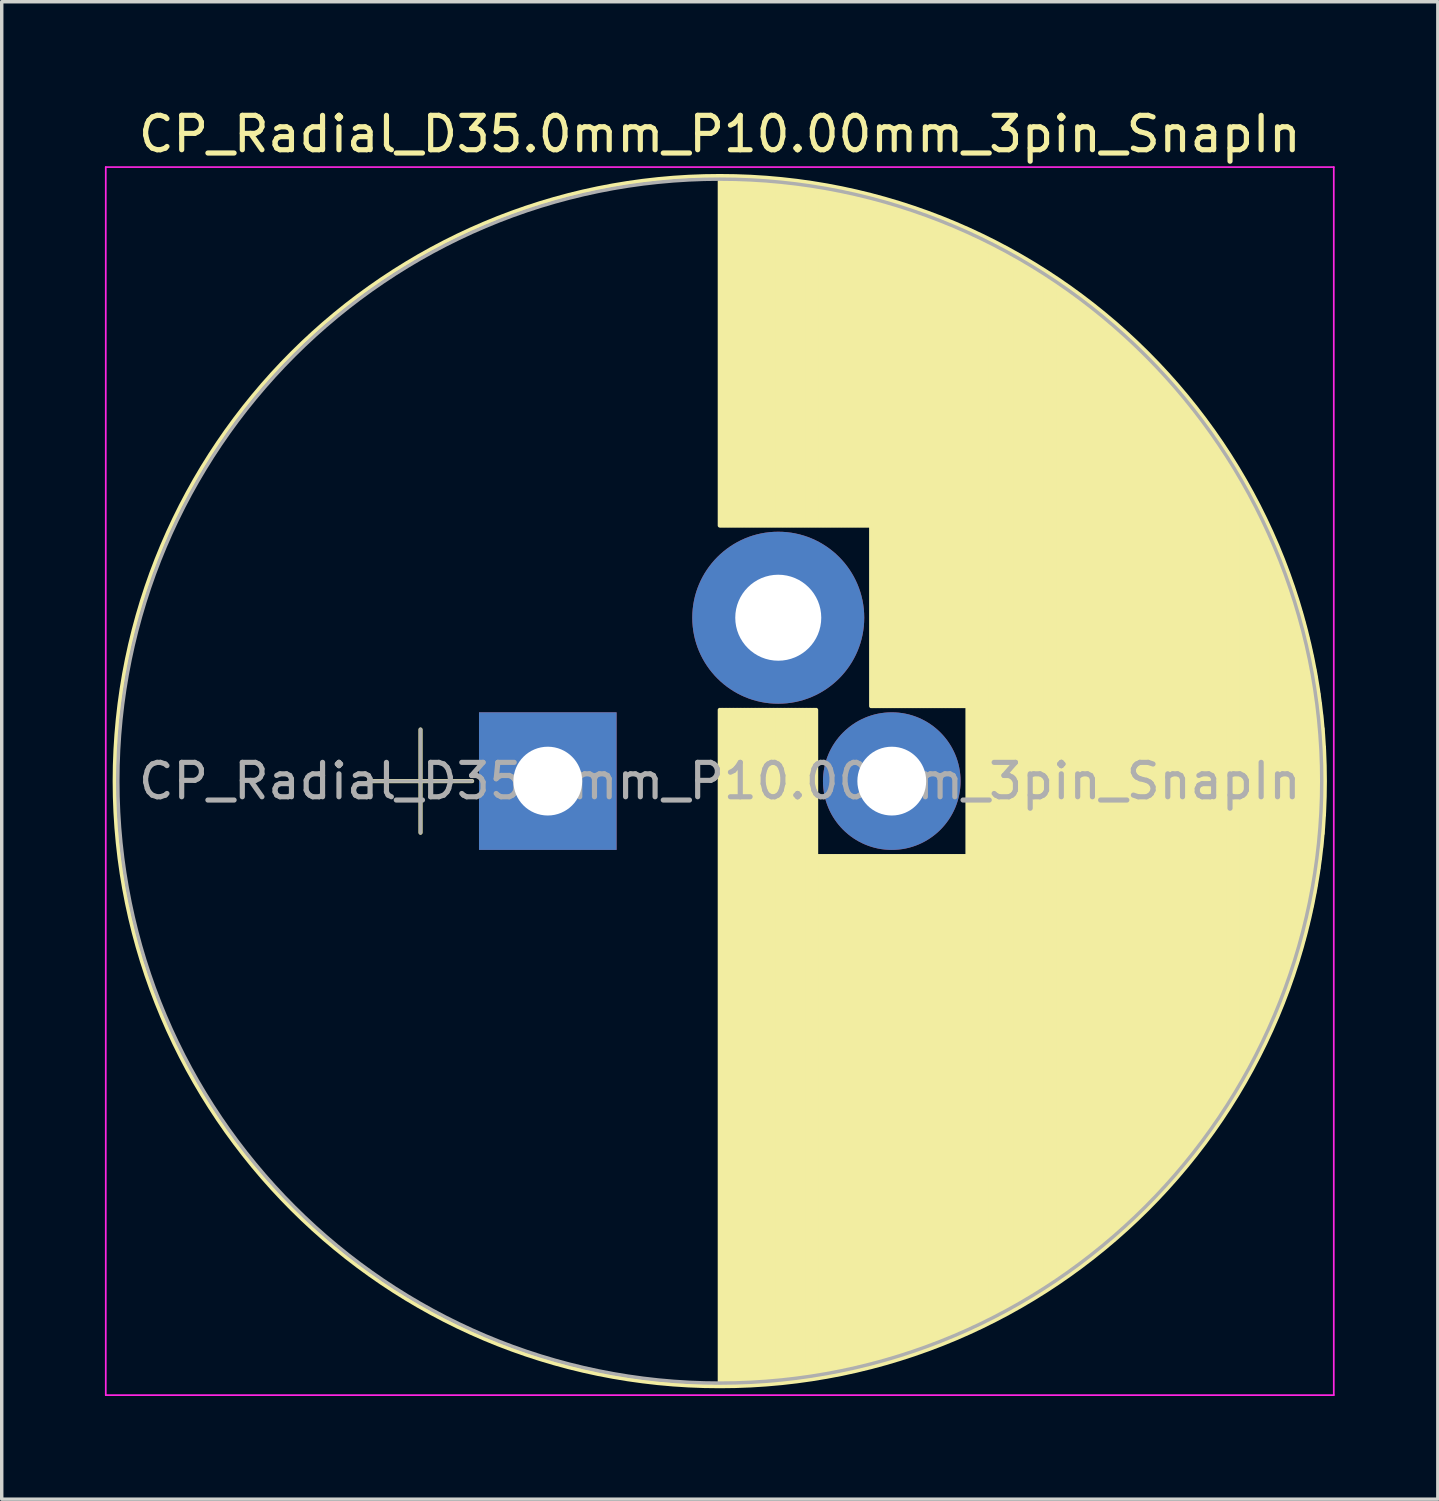
<source format=kicad_pcb>
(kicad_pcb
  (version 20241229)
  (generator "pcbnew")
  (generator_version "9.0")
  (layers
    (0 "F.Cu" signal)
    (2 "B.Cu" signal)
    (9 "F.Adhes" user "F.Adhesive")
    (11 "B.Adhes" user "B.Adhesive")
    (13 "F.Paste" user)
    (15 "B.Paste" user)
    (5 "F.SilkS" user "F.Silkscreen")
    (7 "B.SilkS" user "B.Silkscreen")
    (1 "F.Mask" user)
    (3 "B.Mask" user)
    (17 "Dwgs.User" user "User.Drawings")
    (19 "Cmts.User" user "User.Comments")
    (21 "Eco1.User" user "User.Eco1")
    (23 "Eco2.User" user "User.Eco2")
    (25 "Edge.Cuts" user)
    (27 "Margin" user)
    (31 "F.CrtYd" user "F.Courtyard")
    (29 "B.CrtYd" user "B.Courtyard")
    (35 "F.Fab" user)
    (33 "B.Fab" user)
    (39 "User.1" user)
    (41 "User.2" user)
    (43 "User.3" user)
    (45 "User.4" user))
  (footprint "CP_Radial_D35.0mm_P10.00mm_3pin_SnapIn"
    (layer "F.Cu")
    (at 12.875 19.658)
    (property "Reference" "CP_Radial_D35.0mm_P10.00mm_3pin_SnapIn" (at 5 -18.81 0) (layer "F.SilkS") (effects (font (size 1 1) (thickness 0.15))))
    (attr through_hole)
    (fp_line (start -5.2 0) (end -2.2 0) (stroke (width 0.12) (type solid)) (layer "F.SilkS"))
    (fp_line (start -3.7 -1.5) (end -3.7 1.5) (stroke (width 0.12) (type solid)) (layer "F.SilkS"))
    (fp_line (start 5 -17.55) (end 5 -7.43) (stroke (width 0.12) (type solid)) (layer "F.SilkS"))
    (fp_line (start 5 -2.07) (end 5 17.55) (stroke (width 0.12) (type solid)) (layer "F.SilkS"))
    (fp_line (start 5.04 -17.55) (end 5.04 -7.43) (stroke (width 0.12) (type solid)) (layer "F.SilkS"))
    (fp_line (start 5.04 -2.07) (end 5.04 17.55) (stroke (width 0.12) (type solid)) (layer "F.SilkS"))
    (fp_line (start 5.08 -17.55) (end 5.08 -7.43) (stroke (width 0.12) (type solid)) (layer "F.SilkS"))
    (fp_line (start 5.08 -2.07) (end 5.08 17.55) (stroke (width 0.12) (type solid)) (layer "F.SilkS"))
    (fp_line (start 5.12 -17.55) (end 5.12 -7.43) (stroke (width 0.12) (type solid)) (layer "F.SilkS"))
    (fp_line (start 5.12 -2.07) (end 5.12 17.55) (stroke (width 0.12) (type solid)) (layer "F.SilkS"))
    (fp_line (start 5.16 -17.55) (end 5.16 -7.43) (stroke (width 0.12) (type solid)) (layer "F.SilkS"))
    (fp_line (start 5.16 -2.07) (end 5.16 17.55) (stroke (width 0.12) (type solid)) (layer "F.SilkS"))
    (fp_line (start 5.2 -17.549) (end 5.2 -7.43) (stroke (width 0.12) (type solid)) (layer "F.SilkS"))
    (fp_line (start 5.2 -2.07) (end 5.2 17.549) (stroke (width 0.12) (type solid)) (layer "F.SilkS"))
    (fp_line (start 5.24 -17.549) (end 5.24 -7.43) (stroke (width 0.12) (type solid)) (layer "F.SilkS"))
    (fp_line (start 5.24 -2.07) (end 5.24 17.549) (stroke (width 0.12) (type solid)) (layer "F.SilkS"))
    (fp_line (start 5.28 -17.548) (end 5.28 -7.43) (stroke (width 0.12) (type solid)) (layer "F.SilkS"))
    (fp_line (start 5.28 -2.07) (end 5.28 17.548) (stroke (width 0.12) (type solid)) (layer "F.SilkS"))
    (fp_line (start 5.32 -17.548) (end 5.32 -7.43) (stroke (width 0.12) (type solid)) (layer "F.SilkS"))
    (fp_line (start 5.32 -2.07) (end 5.32 17.548) (stroke (width 0.12) (type solid)) (layer "F.SilkS"))
    (fp_line (start 5.36 -17.547) (end 5.36 -7.43) (stroke (width 0.12) (type solid)) (layer "F.SilkS"))
    (fp_line (start 5.36 -2.07) (end 5.36 17.547) (stroke (width 0.12) (type solid)) (layer "F.SilkS"))
    (fp_line (start 5.4 -17.546) (end 5.4 -7.43) (stroke (width 0.12) (type solid)) (layer "F.SilkS"))
    (fp_line (start 5.4 -2.07) (end 5.4 17.546) (stroke (width 0.12) (type solid)) (layer "F.SilkS"))
    (fp_line (start 5.44 -17.545) (end 5.44 -7.43) (stroke (width 0.12) (type solid)) (layer "F.SilkS"))
    (fp_line (start 5.44 -2.07) (end 5.44 17.545) (stroke (width 0.12) (type solid)) (layer "F.SilkS"))
    (fp_line (start 5.48 -17.544) (end 5.48 -7.43) (stroke (width 0.12) (type solid)) (layer "F.SilkS"))
    (fp_line (start 5.48 -2.07) (end 5.48 17.544) (stroke (width 0.12) (type solid)) (layer "F.SilkS"))
    (fp_line (start 5.52 -17.543) (end 5.52 -7.43) (stroke (width 0.12) (type solid)) (layer "F.SilkS"))
    (fp_line (start 5.52 -2.07) (end 5.52 17.543) (stroke (width 0.12) (type solid)) (layer "F.SilkS"))
    (fp_line (start 5.56 -17.542) (end 5.56 -7.43) (stroke (width 0.12) (type solid)) (layer "F.SilkS"))
    (fp_line (start 5.56 -2.07) (end 5.56 17.542) (stroke (width 0.12) (type solid)) (layer "F.SilkS"))
    (fp_line (start 5.6 -17.54) (end 5.6 -7.43) (stroke (width 0.12) (type solid)) (layer "F.SilkS"))
    (fp_line (start 5.6 -2.07) (end 5.6 17.54) (stroke (width 0.12) (type solid)) (layer "F.SilkS"))
    (fp_line (start 5.64 -17.539) (end 5.64 -7.43) (stroke (width 0.12) (type solid)) (layer "F.SilkS"))
    (fp_line (start 5.64 -2.07) (end 5.64 17.539) (stroke (width 0.12) (type solid)) (layer "F.SilkS"))
    (fp_line (start 5.68 -17.537) (end 5.68 -7.43) (stroke (width 0.12) (type solid)) (layer "F.SilkS"))
    (fp_line (start 5.68 -2.07) (end 5.68 17.537) (stroke (width 0.12) (type solid)) (layer "F.SilkS"))
    (fp_line (start 5.721 -17.536) (end 5.721 -7.43) (stroke (width 0.12) (type solid)) (layer "F.SilkS"))
    (fp_line (start 5.721 -2.07) (end 5.721 17.536) (stroke (width 0.12) (type solid)) (layer "F.SilkS"))
    (fp_line (start 5.761 -17.534) (end 5.761 -7.43) (stroke (width 0.12) (type solid)) (layer "F.SilkS"))
    (fp_line (start 5.761 -2.07) (end 5.761 17.534) (stroke (width 0.12) (type solid)) (layer "F.SilkS"))
    (fp_line (start 5.801 -17.532) (end 5.801 -7.43) (stroke (width 0.12) (type solid)) (layer "F.SilkS"))
    (fp_line (start 5.801 -2.07) (end 5.801 17.532) (stroke (width 0.12) (type solid)) (layer "F.SilkS"))
    (fp_line (start 5.841 -17.53) (end 5.841 -7.43) (stroke (width 0.12) (type solid)) (layer "F.SilkS"))
    (fp_line (start 5.841 -2.07) (end 5.841 17.53) (stroke (width 0.12) (type solid)) (layer "F.SilkS"))
    (fp_line (start 5.881 -17.528) (end 5.881 -7.43) (stroke (width 0.12) (type solid)) (layer "F.SilkS"))
    (fp_line (start 5.881 -2.07) (end 5.881 17.528) (stroke (width 0.12) (type solid)) (layer "F.SilkS"))
    (fp_line (start 5.921 -17.526) (end 5.921 -7.43) (stroke (width 0.12) (type solid)) (layer "F.SilkS"))
    (fp_line (start 5.921 -2.07) (end 5.921 17.526) (stroke (width 0.12) (type solid)) (layer "F.SilkS"))
    (fp_line (start 5.961 -17.524) (end 5.961 -7.43) (stroke (width 0.12) (type solid)) (layer "F.SilkS"))
    (fp_line (start 5.961 -2.07) (end 5.961 17.524) (stroke (width 0.12) (type solid)) (layer "F.SilkS"))
    (fp_line (start 6.001 -17.522) (end 6.001 -7.43) (stroke (width 0.12) (type solid)) (layer "F.SilkS"))
    (fp_line (start 6.001 -2.07) (end 6.001 17.522) (stroke (width 0.12) (type solid)) (layer "F.SilkS"))
    (fp_line (start 6.041 -17.52) (end 6.041 -7.43) (stroke (width 0.12) (type solid)) (layer "F.SilkS"))
    (fp_line (start 6.041 -2.07) (end 6.041 17.52) (stroke (width 0.12) (type solid)) (layer "F.SilkS"))
    (fp_line (start 6.081 -17.517) (end 6.081 -7.43) (stroke (width 0.12) (type solid)) (layer "F.SilkS"))
    (fp_line (start 6.081 -2.07) (end 6.081 17.517) (stroke (width 0.12) (type solid)) (layer "F.SilkS"))
    (fp_line (start 6.121 -17.515) (end 6.121 -7.43) (stroke (width 0.12) (type solid)) (layer "F.SilkS"))
    (fp_line (start 6.121 -2.07) (end 6.121 17.515) (stroke (width 0.12) (type solid)) (layer "F.SilkS"))
    (fp_line (start 6.161 -17.512) (end 6.161 -7.43) (stroke (width 0.12) (type solid)) (layer "F.SilkS"))
    (fp_line (start 6.161 -2.07) (end 6.161 17.512) (stroke (width 0.12) (type solid)) (layer "F.SilkS"))
    (fp_line (start 6.201 -17.51) (end 6.201 -7.43) (stroke (width 0.12) (type solid)) (layer "F.SilkS"))
    (fp_line (start 6.201 -2.07) (end 6.201 17.51) (stroke (width 0.12) (type solid)) (layer "F.SilkS"))
    (fp_line (start 6.241 -17.507) (end 6.241 -7.43) (stroke (width 0.12) (type solid)) (layer "F.SilkS"))
    (fp_line (start 6.241 -2.07) (end 6.241 17.507) (stroke (width 0.12) (type solid)) (layer "F.SilkS"))
    (fp_line (start 6.281 -17.504) (end 6.281 -7.43) (stroke (width 0.12) (type solid)) (layer "F.SilkS"))
    (fp_line (start 6.281 -2.07) (end 6.281 17.504) (stroke (width 0.12) (type solid)) (layer "F.SilkS"))
    (fp_line (start 6.321 -17.501) (end 6.321 -7.43) (stroke (width 0.12) (type solid)) (layer "F.SilkS"))
    (fp_line (start 6.321 -2.07) (end 6.321 17.501) (stroke (width 0.12) (type solid)) (layer "F.SilkS"))
    (fp_line (start 6.361 -17.498) (end 6.361 -7.43) (stroke (width 0.12) (type solid)) (layer "F.SilkS"))
    (fp_line (start 6.361 -2.07) (end 6.361 17.498) (stroke (width 0.12) (type solid)) (layer "F.SilkS"))
    (fp_line (start 6.401 -17.495) (end 6.401 -7.43) (stroke (width 0.12) (type solid)) (layer "F.SilkS"))
    (fp_line (start 6.401 -2.07) (end 6.401 17.495) (stroke (width 0.12) (type solid)) (layer "F.SilkS"))
    (fp_line (start 6.441 -17.491) (end 6.441 -7.43) (stroke (width 0.12) (type solid)) (layer "F.SilkS"))
    (fp_line (start 6.441 -2.07) (end 6.441 17.491) (stroke (width 0.12) (type solid)) (layer "F.SilkS"))
    (fp_line (start 6.481 -17.488) (end 6.481 -7.43) (stroke (width 0.12) (type solid)) (layer "F.SilkS"))
    (fp_line (start 6.481 -2.07) (end 6.481 17.488) (stroke (width 0.12) (type solid)) (layer "F.SilkS"))
    (fp_line (start 6.521 -17.485) (end 6.521 -7.43) (stroke (width 0.12) (type solid)) (layer "F.SilkS"))
    (fp_line (start 6.521 -2.07) (end 6.521 17.485) (stroke (width 0.12) (type solid)) (layer "F.SilkS"))
    (fp_line (start 6.561 -17.481) (end 6.561 -7.43) (stroke (width 0.12) (type solid)) (layer "F.SilkS"))
    (fp_line (start 6.561 -2.07) (end 6.561 17.481) (stroke (width 0.12) (type solid)) (layer "F.SilkS"))
    (fp_line (start 6.601 -17.478) (end 6.601 -7.43) (stroke (width 0.12) (type solid)) (layer "F.SilkS"))
    (fp_line (start 6.601 -2.07) (end 6.601 17.478) (stroke (width 0.12) (type solid)) (layer "F.SilkS"))
    (fp_line (start 6.641 -17.474) (end 6.641 -7.43) (stroke (width 0.12) (type solid)) (layer "F.SilkS"))
    (fp_line (start 6.641 -2.07) (end 6.641 17.474) (stroke (width 0.12) (type solid)) (layer "F.SilkS"))
    (fp_line (start 6.681 -17.47) (end 6.681 -7.43) (stroke (width 0.12) (type solid)) (layer "F.SilkS"))
    (fp_line (start 6.681 -2.07) (end 6.681 17.47) (stroke (width 0.12) (type solid)) (layer "F.SilkS"))
    (fp_line (start 6.721 -17.466) (end 6.721 -7.43) (stroke (width 0.12) (type solid)) (layer "F.SilkS"))
    (fp_line (start 6.721 -2.07) (end 6.721 17.466) (stroke (width 0.12) (type solid)) (layer "F.SilkS"))
    (fp_line (start 6.761 -17.462) (end 6.761 -7.43) (stroke (width 0.12) (type solid)) (layer "F.SilkS"))
    (fp_line (start 6.761 -2.07) (end 6.761 17.462) (stroke (width 0.12) (type solid)) (layer "F.SilkS"))
    (fp_line (start 6.801 -17.458) (end 6.801 -7.43) (stroke (width 0.12) (type solid)) (layer "F.SilkS"))
    (fp_line (start 6.801 -2.07) (end 6.801 17.458) (stroke (width 0.12) (type solid)) (layer "F.SilkS"))
    (fp_line (start 6.841 -17.454) (end 6.841 -7.43) (stroke (width 0.12) (type solid)) (layer "F.SilkS"))
    (fp_line (start 6.841 -2.07) (end 6.841 17.454) (stroke (width 0.12) (type solid)) (layer "F.SilkS"))
    (fp_line (start 6.881 -17.45) (end 6.881 -7.43) (stroke (width 0.12) (type solid)) (layer "F.SilkS"))
    (fp_line (start 6.881 -2.07) (end 6.881 17.45) (stroke (width 0.12) (type solid)) (layer "F.SilkS"))
    (fp_line (start 6.921 -17.445) (end 6.921 -7.43) (stroke (width 0.12) (type solid)) (layer "F.SilkS"))
    (fp_line (start 6.921 -2.07) (end 6.921 17.445) (stroke (width 0.12) (type solid)) (layer "F.SilkS"))
    (fp_line (start 6.961 -17.441) (end 6.961 -7.43) (stroke (width 0.12) (type solid)) (layer "F.SilkS"))
    (fp_line (start 6.961 -2.07) (end 6.961 17.441) (stroke (width 0.12) (type solid)) (layer "F.SilkS"))
    (fp_line (start 7.001 -17.436) (end 7.001 -7.43) (stroke (width 0.12) (type solid)) (layer "F.SilkS"))
    (fp_line (start 7.001 -2.07) (end 7.001 17.436) (stroke (width 0.12) (type solid)) (layer "F.SilkS"))
    (fp_line (start 7.041 -17.432) (end 7.041 -7.43) (stroke (width 0.12) (type solid)) (layer "F.SilkS"))
    (fp_line (start 7.041 -2.07) (end 7.041 17.432) (stroke (width 0.12) (type solid)) (layer "F.SilkS"))
    (fp_line (start 7.081 -17.427) (end 7.081 -7.43) (stroke (width 0.12) (type solid)) (layer "F.SilkS"))
    (fp_line (start 7.081 -2.07) (end 7.081 17.427) (stroke (width 0.12) (type solid)) (layer "F.SilkS"))
    (fp_line (start 7.121 -17.422) (end 7.121 -7.43) (stroke (width 0.12) (type solid)) (layer "F.SilkS"))
    (fp_line (start 7.121 -2.07) (end 7.121 17.422) (stroke (width 0.12) (type solid)) (layer "F.SilkS"))
    (fp_line (start 7.161 -17.417) (end 7.161 -7.43) (stroke (width 0.12) (type solid)) (layer "F.SilkS"))
    (fp_line (start 7.161 -2.07) (end 7.161 17.417) (stroke (width 0.12) (type solid)) (layer "F.SilkS"))
    (fp_line (start 7.201 -17.412) (end 7.201 -7.43) (stroke (width 0.12) (type solid)) (layer "F.SilkS"))
    (fp_line (start 7.201 -2.07) (end 7.201 17.412) (stroke (width 0.12) (type solid)) (layer "F.SilkS"))
    (fp_line (start 7.241 -17.407) (end 7.241 -7.43) (stroke (width 0.12) (type solid)) (layer "F.SilkS"))
    (fp_line (start 7.241 -2.07) (end 7.241 17.407) (stroke (width 0.12) (type solid)) (layer "F.SilkS"))
    (fp_line (start 7.281 -17.402) (end 7.281 -7.43) (stroke (width 0.12) (type solid)) (layer "F.SilkS"))
    (fp_line (start 7.281 -2.07) (end 7.281 17.402) (stroke (width 0.12) (type solid)) (layer "F.SilkS"))
    (fp_line (start 7.321 -17.397) (end 7.321 -7.43) (stroke (width 0.12) (type solid)) (layer "F.SilkS"))
    (fp_line (start 7.321 -2.07) (end 7.321 17.397) (stroke (width 0.12) (type solid)) (layer "F.SilkS"))
    (fp_line (start 7.361 -17.391) (end 7.361 -7.43) (stroke (width 0.12) (type solid)) (layer "F.SilkS"))
    (fp_line (start 7.361 -2.07) (end 7.361 17.391) (stroke (width 0.12) (type solid)) (layer "F.SilkS"))
    (fp_line (start 7.401 -17.386) (end 7.401 -7.43) (stroke (width 0.12) (type solid)) (layer "F.SilkS"))
    (fp_line (start 7.401 -2.07) (end 7.401 17.386) (stroke (width 0.12) (type solid)) (layer "F.SilkS"))
    (fp_line (start 7.441 -17.38) (end 7.441 -7.43) (stroke (width 0.12) (type solid)) (layer "F.SilkS"))
    (fp_line (start 7.441 -2.07) (end 7.441 17.38) (stroke (width 0.12) (type solid)) (layer "F.SilkS"))
    (fp_line (start 7.481 -17.375) (end 7.481 -7.43) (stroke (width 0.12) (type solid)) (layer "F.SilkS"))
    (fp_line (start 7.481 -2.07) (end 7.481 17.375) (stroke (width 0.12) (type solid)) (layer "F.SilkS"))
    (fp_line (start 7.521 -17.369) (end 7.521 -7.43) (stroke (width 0.12) (type solid)) (layer "F.SilkS"))
    (fp_line (start 7.521 -2.07) (end 7.521 17.369) (stroke (width 0.12) (type solid)) (layer "F.SilkS"))
    (fp_line (start 7.561 -17.363) (end 7.561 -7.43) (stroke (width 0.12) (type solid)) (layer "F.SilkS"))
    (fp_line (start 7.561 -2.07) (end 7.561 17.363) (stroke (width 0.12) (type solid)) (layer "F.SilkS"))
    (fp_line (start 7.601 -17.357) (end 7.601 -7.43) (stroke (width 0.12) (type solid)) (layer "F.SilkS"))
    (fp_line (start 7.601 -2.07) (end 7.601 17.357) (stroke (width 0.12) (type solid)) (layer "F.SilkS"))
    (fp_line (start 7.641 -17.351) (end 7.641 -7.43) (stroke (width 0.12) (type solid)) (layer "F.SilkS"))
    (fp_line (start 7.641 -2.07) (end 7.641 17.351) (stroke (width 0.12) (type solid)) (layer "F.SilkS"))
    (fp_line (start 7.681 -17.345) (end 7.681 -7.43) (stroke (width 0.12) (type solid)) (layer "F.SilkS"))
    (fp_line (start 7.681 -2.07) (end 7.681 17.345) (stroke (width 0.12) (type solid)) (layer "F.SilkS"))
    (fp_line (start 7.721 -17.339) (end 7.721 -7.43) (stroke (width 0.12) (type solid)) (layer "F.SilkS"))
    (fp_line (start 7.721 -2.07) (end 7.721 17.339) (stroke (width 0.12) (type solid)) (layer "F.SilkS"))
    (fp_line (start 7.761 -17.333) (end 7.761 -7.43) (stroke (width 0.12) (type solid)) (layer "F.SilkS"))
    (fp_line (start 7.761 -2.07) (end 7.761 17.333) (stroke (width 0.12) (type solid)) (layer "F.SilkS"))
    (fp_line (start 7.801 -17.326) (end 7.801 -7.43) (stroke (width 0.12) (type solid)) (layer "F.SilkS"))
    (fp_line (start 7.801 -2.07) (end 7.801 17.326) (stroke (width 0.12) (type solid)) (layer "F.SilkS"))
    (fp_line (start 7.841 -17.32) (end 7.841 -7.43) (stroke (width 0.12) (type solid)) (layer "F.SilkS"))
    (fp_line (start 7.841 2.18) (end 7.841 17.32) (stroke (width 0.12) (type solid)) (layer "F.SilkS"))
    (fp_line (start 7.881 -17.313) (end 7.881 -7.43) (stroke (width 0.12) (type solid)) (layer "F.SilkS"))
    (fp_line (start 7.881 2.18) (end 7.881 17.313) (stroke (width 0.12) (type solid)) (layer "F.SilkS"))
    (fp_line (start 7.921 -17.306) (end 7.921 -7.43) (stroke (width 0.12) (type solid)) (layer "F.SilkS"))
    (fp_line (start 7.921 2.18) (end 7.921 17.306) (stroke (width 0.12) (type solid)) (layer "F.SilkS"))
    (fp_line (start 7.961 -17.3) (end 7.961 -7.43) (stroke (width 0.12) (type solid)) (layer "F.SilkS"))
    (fp_line (start 7.961 2.18) (end 7.961 17.3) (stroke (width 0.12) (type solid)) (layer "F.SilkS"))
    (fp_line (start 8.001 -17.293) (end 8.001 -7.43) (stroke (width 0.12) (type solid)) (layer "F.SilkS"))
    (fp_line (start 8.001 2.18) (end 8.001 17.293) (stroke (width 0.12) (type solid)) (layer "F.SilkS"))
    (fp_line (start 8.041 -17.286) (end 8.041 -7.43) (stroke (width 0.12) (type solid)) (layer "F.SilkS"))
    (fp_line (start 8.041 2.18) (end 8.041 17.286) (stroke (width 0.12) (type solid)) (layer "F.SilkS"))
    (fp_line (start 8.081 -17.279) (end 8.081 -7.43) (stroke (width 0.12) (type solid)) (layer "F.SilkS"))
    (fp_line (start 8.081 2.18) (end 8.081 17.279) (stroke (width 0.12) (type solid)) (layer "F.SilkS"))
    (fp_line (start 8.121 -17.272) (end 8.121 -7.43) (stroke (width 0.12) (type solid)) (layer "F.SilkS"))
    (fp_line (start 8.121 2.18) (end 8.121 17.272) (stroke (width 0.12) (type solid)) (layer "F.SilkS"))
    (fp_line (start 8.161 -17.264) (end 8.161 -7.43) (stroke (width 0.12) (type solid)) (layer "F.SilkS"))
    (fp_line (start 8.161 2.18) (end 8.161 17.264) (stroke (width 0.12) (type solid)) (layer "F.SilkS"))
    (fp_line (start 8.201 -17.257) (end 8.201 -7.43) (stroke (width 0.12) (type solid)) (layer "F.SilkS"))
    (fp_line (start 8.201 2.18) (end 8.201 17.257) (stroke (width 0.12) (type solid)) (layer "F.SilkS"))
    (fp_line (start 8.241 -17.25) (end 8.241 -7.43) (stroke (width 0.12) (type solid)) (layer "F.SilkS"))
    (fp_line (start 8.241 2.18) (end 8.241 17.25) (stroke (width 0.12) (type solid)) (layer "F.SilkS"))
    (fp_line (start 8.281 -17.242) (end 8.281 -7.43) (stroke (width 0.12) (type solid)) (layer "F.SilkS"))
    (fp_line (start 8.281 2.18) (end 8.281 17.242) (stroke (width 0.12) (type solid)) (layer "F.SilkS"))
    (fp_line (start 8.321 -17.234) (end 8.321 -7.43) (stroke (width 0.12) (type solid)) (layer "F.SilkS"))
    (fp_line (start 8.321 2.18) (end 8.321 17.234) (stroke (width 0.12) (type solid)) (layer "F.SilkS"))
    (fp_line (start 8.361 -17.227) (end 8.361 -7.43) (stroke (width 0.12) (type solid)) (layer "F.SilkS"))
    (fp_line (start 8.361 2.18) (end 8.361 17.227) (stroke (width 0.12) (type solid)) (layer "F.SilkS"))
    (fp_line (start 8.401 -17.219) (end 8.401 -7.43) (stroke (width 0.12) (type solid)) (layer "F.SilkS"))
    (fp_line (start 8.401 2.18) (end 8.401 17.219) (stroke (width 0.12) (type solid)) (layer "F.SilkS"))
    (fp_line (start 8.441 -17.211) (end 8.441 -7.43) (stroke (width 0.12) (type solid)) (layer "F.SilkS"))
    (fp_line (start 8.441 2.18) (end 8.441 17.211) (stroke (width 0.12) (type solid)) (layer "F.SilkS"))
    (fp_line (start 8.481 -17.203) (end 8.481 -7.43) (stroke (width 0.12) (type solid)) (layer "F.SilkS"))
    (fp_line (start 8.481 2.18) (end 8.481 17.203) (stroke (width 0.12) (type solid)) (layer "F.SilkS"))
    (fp_line (start 8.521 -17.195) (end 8.521 -7.43) (stroke (width 0.12) (type solid)) (layer "F.SilkS"))
    (fp_line (start 8.521 2.18) (end 8.521 17.195) (stroke (width 0.12) (type solid)) (layer "F.SilkS"))
    (fp_line (start 8.561 -17.186) (end 8.561 -7.43) (stroke (width 0.12) (type solid)) (layer "F.SilkS"))
    (fp_line (start 8.561 2.18) (end 8.561 17.186) (stroke (width 0.12) (type solid)) (layer "F.SilkS"))
    (fp_line (start 8.601 -17.178) (end 8.601 -7.43) (stroke (width 0.12) (type solid)) (layer "F.SilkS"))
    (fp_line (start 8.601 2.18) (end 8.601 17.178) (stroke (width 0.12) (type solid)) (layer "F.SilkS"))
    (fp_line (start 8.641 -17.17) (end 8.641 -7.43) (stroke (width 0.12) (type solid)) (layer "F.SilkS"))
    (fp_line (start 8.641 2.18) (end 8.641 17.17) (stroke (width 0.12) (type solid)) (layer "F.SilkS"))
    (fp_line (start 8.681 -17.161) (end 8.681 -7.43) (stroke (width 0.12) (type solid)) (layer "F.SilkS"))
    (fp_line (start 8.681 2.18) (end 8.681 17.161) (stroke (width 0.12) (type solid)) (layer "F.SilkS"))
    (fp_line (start 8.721 -17.153) (end 8.721 -7.43) (stroke (width 0.12) (type solid)) (layer "F.SilkS"))
    (fp_line (start 8.721 2.18) (end 8.721 17.153) (stroke (width 0.12) (type solid)) (layer "F.SilkS"))
    (fp_line (start 8.761 -17.144) (end 8.761 -7.43) (stroke (width 0.12) (type solid)) (layer "F.SilkS"))
    (fp_line (start 8.761 2.18) (end 8.761 17.144) (stroke (width 0.12) (type solid)) (layer "F.SilkS"))
    (fp_line (start 8.801 -17.135) (end 8.801 -7.43) (stroke (width 0.12) (type solid)) (layer "F.SilkS"))
    (fp_line (start 8.801 2.18) (end 8.801 17.135) (stroke (width 0.12) (type solid)) (layer "F.SilkS"))
    (fp_line (start 8.841 -17.126) (end 8.841 -7.43) (stroke (width 0.12) (type solid)) (layer "F.SilkS"))
    (fp_line (start 8.841 2.18) (end 8.841 17.126) (stroke (width 0.12) (type solid)) (layer "F.SilkS"))
    (fp_line (start 8.881 -17.117) (end 8.881 -7.43) (stroke (width 0.12) (type solid)) (layer "F.SilkS"))
    (fp_line (start 8.881 2.18) (end 8.881 17.117) (stroke (width 0.12) (type solid)) (layer "F.SilkS"))
    (fp_line (start 8.921 -17.108) (end 8.921 -7.43) (stroke (width 0.12) (type solid)) (layer "F.SilkS"))
    (fp_line (start 8.921 2.18) (end 8.921 17.108) (stroke (width 0.12) (type solid)) (layer "F.SilkS"))
    (fp_line (start 8.961 -17.099) (end 8.961 -7.43) (stroke (width 0.12) (type solid)) (layer "F.SilkS"))
    (fp_line (start 8.961 2.18) (end 8.961 17.099) (stroke (width 0.12) (type solid)) (layer "F.SilkS"))
    (fp_line (start 9.001 -17.09) (end 9.001 -7.43) (stroke (width 0.12) (type solid)) (layer "F.SilkS"))
    (fp_line (start 9.001 2.18) (end 9.001 17.09) (stroke (width 0.12) (type solid)) (layer "F.SilkS"))
    (fp_line (start 9.041 -17.08) (end 9.041 -7.43) (stroke (width 0.12) (type solid)) (layer "F.SilkS"))
    (fp_line (start 9.041 2.18) (end 9.041 17.08) (stroke (width 0.12) (type solid)) (layer "F.SilkS"))
    (fp_line (start 9.081 -17.071) (end 9.081 -7.43) (stroke (width 0.12) (type solid)) (layer "F.SilkS"))
    (fp_line (start 9.081 2.18) (end 9.081 17.071) (stroke (width 0.12) (type solid)) (layer "F.SilkS"))
    (fp_line (start 9.121 -17.061) (end 9.121 -7.43) (stroke (width 0.12) (type solid)) (layer "F.SilkS"))
    (fp_line (start 9.121 2.18) (end 9.121 17.061) (stroke (width 0.12) (type solid)) (layer "F.SilkS"))
    (fp_line (start 9.161 -17.052) (end 9.161 -7.43) (stroke (width 0.12) (type solid)) (layer "F.SilkS"))
    (fp_line (start 9.161 2.18) (end 9.161 17.052) (stroke (width 0.12) (type solid)) (layer "F.SilkS"))
    (fp_line (start 9.201 -17.042) (end 9.201 -7.43) (stroke (width 0.12) (type solid)) (layer "F.SilkS"))
    (fp_line (start 9.201 2.18) (end 9.201 17.042) (stroke (width 0.12) (type solid)) (layer "F.SilkS"))
    (fp_line (start 9.241 -17.032) (end 9.241 -7.43) (stroke (width 0.12) (type solid)) (layer "F.SilkS"))
    (fp_line (start 9.241 2.18) (end 9.241 17.032) (stroke (width 0.12) (type solid)) (layer "F.SilkS"))
    (fp_line (start 9.281 -17.022) (end 9.281 -7.43) (stroke (width 0.12) (type solid)) (layer "F.SilkS"))
    (fp_line (start 9.281 2.18) (end 9.281 17.022) (stroke (width 0.12) (type solid)) (layer "F.SilkS"))
    (fp_line (start 9.321 -17.012) (end 9.321 -7.43) (stroke (width 0.12) (type solid)) (layer "F.SilkS"))
    (fp_line (start 9.321 2.18) (end 9.321 17.012) (stroke (width 0.12) (type solid)) (layer "F.SilkS"))
    (fp_line (start 9.361 -17.002) (end 9.361 -7.43) (stroke (width 0.12) (type solid)) (layer "F.SilkS"))
    (fp_line (start 9.361 2.18) (end 9.361 17.002) (stroke (width 0.12) (type solid)) (layer "F.SilkS"))
    (fp_line (start 9.401 -16.991) (end 9.401 -2.18) (stroke (width 0.12) (type solid)) (layer "F.SilkS"))
    (fp_line (start 9.401 2.18) (end 9.401 16.991) (stroke (width 0.12) (type solid)) (layer "F.SilkS"))
    (fp_line (start 9.441 -16.981) (end 9.441 -2.18) (stroke (width 0.12) (type solid)) (layer "F.SilkS"))
    (fp_line (start 9.441 2.18) (end 9.441 16.981) (stroke (width 0.12) (type solid)) (layer "F.SilkS"))
    (fp_line (start 9.481 -16.97) (end 9.481 -2.18) (stroke (width 0.12) (type solid)) (layer "F.SilkS"))
    (fp_line (start 9.481 2.18) (end 9.481 16.97) (stroke (width 0.12) (type solid)) (layer "F.SilkS"))
    (fp_line (start 9.521 -16.96) (end 9.521 -2.18) (stroke (width 0.12) (type solid)) (layer "F.SilkS"))
    (fp_line (start 9.521 2.18) (end 9.521 16.96) (stroke (width 0.12) (type solid)) (layer "F.SilkS"))
    (fp_line (start 9.561 -16.949) (end 9.561 -2.18) (stroke (width 0.12) (type solid)) (layer "F.SilkS"))
    (fp_line (start 9.561 2.18) (end 9.561 16.949) (stroke (width 0.12) (type solid)) (layer "F.SilkS"))
    (fp_line (start 9.601 -16.938) (end 9.601 -2.18) (stroke (width 0.12) (type solid)) (layer "F.SilkS"))
    (fp_line (start 9.601 2.18) (end 9.601 16.938) (stroke (width 0.12) (type solid)) (layer "F.SilkS"))
    (fp_line (start 9.641 -16.927) (end 9.641 -2.18) (stroke (width 0.12) (type solid)) (layer "F.SilkS"))
    (fp_line (start 9.641 2.18) (end 9.641 16.927) (stroke (width 0.12) (type solid)) (layer "F.SilkS"))
    (fp_line (start 9.681 -16.916) (end 9.681 -2.18) (stroke (width 0.12) (type solid)) (layer "F.SilkS"))
    (fp_line (start 9.681 2.18) (end 9.681 16.916) (stroke (width 0.12) (type solid)) (layer "F.SilkS"))
    (fp_line (start 9.721 -16.905) (end 9.721 -2.18) (stroke (width 0.12) (type solid)) (layer "F.SilkS"))
    (fp_line (start 9.721 2.18) (end 9.721 16.905) (stroke (width 0.12) (type solid)) (layer "F.SilkS"))
    (fp_line (start 9.761 -16.894) (end 9.761 -2.18) (stroke (width 0.12) (type solid)) (layer "F.SilkS"))
    (fp_line (start 9.761 2.18) (end 9.761 16.894) (stroke (width 0.12) (type solid)) (layer "F.SilkS"))
    (fp_line (start 9.801 -16.883) (end 9.801 -2.18) (stroke (width 0.12) (type solid)) (layer "F.SilkS"))
    (fp_line (start 9.801 2.18) (end 9.801 16.883) (stroke (width 0.12) (type solid)) (layer "F.SilkS"))
    (fp_line (start 9.841 -16.872) (end 9.841 -2.18) (stroke (width 0.12) (type solid)) (layer "F.SilkS"))
    (fp_line (start 9.841 2.18) (end 9.841 16.872) (stroke (width 0.12) (type solid)) (layer "F.SilkS"))
    (fp_line (start 9.881 -16.86) (end 9.881 -2.18) (stroke (width 0.12) (type solid)) (layer "F.SilkS"))
    (fp_line (start 9.881 2.18) (end 9.881 16.86) (stroke (width 0.12) (type solid)) (layer "F.SilkS"))
    (fp_line (start 9.921 -16.848) (end 9.921 -2.18) (stroke (width 0.12) (type solid)) (layer "F.SilkS"))
    (fp_line (start 9.921 2.18) (end 9.921 16.848) (stroke (width 0.12) (type solid)) (layer "F.SilkS"))
    (fp_line (start 9.961 -16.837) (end 9.961 -2.18) (stroke (width 0.12) (type solid)) (layer "F.SilkS"))
    (fp_line (start 9.961 2.18) (end 9.961 16.837) (stroke (width 0.12) (type solid)) (layer "F.SilkS"))
    (fp_line (start 10.001 -16.825) (end 10.001 -2.18) (stroke (width 0.12) (type solid)) (layer "F.SilkS"))
    (fp_line (start 10.001 2.18) (end 10.001 16.825) (stroke (width 0.12) (type solid)) (layer "F.SilkS"))
    (fp_line (start 10.041 -16.813) (end 10.041 -2.18) (stroke (width 0.12) (type solid)) (layer "F.SilkS"))
    (fp_line (start 10.041 2.18) (end 10.041 16.813) (stroke (width 0.12) (type solid)) (layer "F.SilkS"))
    (fp_line (start 10.081 -16.801) (end 10.081 -2.18) (stroke (width 0.12) (type solid)) (layer "F.SilkS"))
    (fp_line (start 10.081 2.18) (end 10.081 16.801) (stroke (width 0.12) (type solid)) (layer "F.SilkS"))
    (fp_line (start 10.121 -16.789) (end 10.121 -2.18) (stroke (width 0.12) (type solid)) (layer "F.SilkS"))
    (fp_line (start 10.121 2.18) (end 10.121 16.789) (stroke (width 0.12) (type solid)) (layer "F.SilkS"))
    (fp_line (start 10.161 -16.777) (end 10.161 -2.18) (stroke (width 0.12) (type solid)) (layer "F.SilkS"))
    (fp_line (start 10.161 2.18) (end 10.161 16.777) (stroke (width 0.12) (type solid)) (layer "F.SilkS"))
    (fp_line (start 10.201 -16.764) (end 10.201 -2.18) (stroke (width 0.12) (type solid)) (layer "F.SilkS"))
    (fp_line (start 10.201 2.18) (end 10.201 16.764) (stroke (width 0.12) (type solid)) (layer "F.SilkS"))
    (fp_line (start 10.241 -16.752) (end 10.241 -2.18) (stroke (width 0.12) (type solid)) (layer "F.SilkS"))
    (fp_line (start 10.241 2.18) (end 10.241 16.752) (stroke (width 0.12) (type solid)) (layer "F.SilkS"))
    (fp_line (start 10.281 -16.739) (end 10.281 -2.18) (stroke (width 0.12) (type solid)) (layer "F.SilkS"))
    (fp_line (start 10.281 2.18) (end 10.281 16.739) (stroke (width 0.12) (type solid)) (layer "F.SilkS"))
    (fp_line (start 10.321 -16.727) (end 10.321 -2.18) (stroke (width 0.12) (type solid)) (layer "F.SilkS"))
    (fp_line (start 10.321 2.18) (end 10.321 16.727) (stroke (width 0.12) (type solid)) (layer "F.SilkS"))
    (fp_line (start 10.361 -16.714) (end 10.361 -2.18) (stroke (width 0.12) (type solid)) (layer "F.SilkS"))
    (fp_line (start 10.361 2.18) (end 10.361 16.714) (stroke (width 0.12) (type solid)) (layer "F.SilkS"))
    (fp_line (start 10.401 -16.701) (end 10.401 -2.18) (stroke (width 0.12) (type solid)) (layer "F.SilkS"))
    (fp_line (start 10.401 2.18) (end 10.401 16.701) (stroke (width 0.12) (type solid)) (layer "F.SilkS"))
    (fp_line (start 10.441 -16.688) (end 10.441 -2.18) (stroke (width 0.12) (type solid)) (layer "F.SilkS"))
    (fp_line (start 10.441 2.18) (end 10.441 16.688) (stroke (width 0.12) (type solid)) (layer "F.SilkS"))
    (fp_line (start 10.481 -16.675) (end 10.481 -2.18) (stroke (width 0.12) (type solid)) (layer "F.SilkS"))
    (fp_line (start 10.481 2.18) (end 10.481 16.675) (stroke (width 0.12) (type solid)) (layer "F.SilkS"))
    (fp_line (start 10.521 -16.662) (end 10.521 -2.18) (stroke (width 0.12) (type solid)) (layer "F.SilkS"))
    (fp_line (start 10.521 2.18) (end 10.521 16.662) (stroke (width 0.12) (type solid)) (layer "F.SilkS"))
    (fp_line (start 10.561 -16.649) (end 10.561 -2.18) (stroke (width 0.12) (type solid)) (layer "F.SilkS"))
    (fp_line (start 10.561 2.18) (end 10.561 16.649) (stroke (width 0.12) (type solid)) (layer "F.SilkS"))
    (fp_line (start 10.601 -16.635) (end 10.601 -2.18) (stroke (width 0.12) (type solid)) (layer "F.SilkS"))
    (fp_line (start 10.601 2.18) (end 10.601 16.635) (stroke (width 0.12) (type solid)) (layer "F.SilkS"))
    (fp_line (start 10.641 -16.622) (end 10.641 -2.18) (stroke (width 0.12) (type solid)) (layer "F.SilkS"))
    (fp_line (start 10.641 2.18) (end 10.641 16.622) (stroke (width 0.12) (type solid)) (layer "F.SilkS"))
    (fp_line (start 10.681 -16.608) (end 10.681 -2.18) (stroke (width 0.12) (type solid)) (layer "F.SilkS"))
    (fp_line (start 10.681 2.18) (end 10.681 16.608) (stroke (width 0.12) (type solid)) (layer "F.SilkS"))
    (fp_line (start 10.721 -16.594) (end 10.721 -2.18) (stroke (width 0.12) (type solid)) (layer "F.SilkS"))
    (fp_line (start 10.721 2.18) (end 10.721 16.594) (stroke (width 0.12) (type solid)) (layer "F.SilkS"))
    (fp_line (start 10.761 -16.581) (end 10.761 -2.18) (stroke (width 0.12) (type solid)) (layer "F.SilkS"))
    (fp_line (start 10.761 2.18) (end 10.761 16.581) (stroke (width 0.12) (type solid)) (layer "F.SilkS"))
    (fp_line (start 10.801 -16.567) (end 10.801 -2.18) (stroke (width 0.12) (type solid)) (layer "F.SilkS"))
    (fp_line (start 10.801 2.18) (end 10.801 16.567) (stroke (width 0.12) (type solid)) (layer "F.SilkS"))
    (fp_line (start 10.841 -16.553) (end 10.841 -2.18) (stroke (width 0.12) (type solid)) (layer "F.SilkS"))
    (fp_line (start 10.841 2.18) (end 10.841 16.553) (stroke (width 0.12) (type solid)) (layer "F.SilkS"))
    (fp_line (start 10.881 -16.539) (end 10.881 -2.18) (stroke (width 0.12) (type solid)) (layer "F.SilkS"))
    (fp_line (start 10.881 2.18) (end 10.881 16.539) (stroke (width 0.12) (type solid)) (layer "F.SilkS"))
    (fp_line (start 10.921 -16.524) (end 10.921 -2.18) (stroke (width 0.12) (type solid)) (layer "F.SilkS"))
    (fp_line (start 10.921 2.18) (end 10.921 16.524) (stroke (width 0.12) (type solid)) (layer "F.SilkS"))
    (fp_line (start 10.961 -16.51) (end 10.961 -2.18) (stroke (width 0.12) (type solid)) (layer "F.SilkS"))
    (fp_line (start 10.961 2.18) (end 10.961 16.51) (stroke (width 0.12) (type solid)) (layer "F.SilkS"))
    (fp_line (start 11.001 -16.496) (end 11.001 -2.18) (stroke (width 0.12) (type solid)) (layer "F.SilkS"))
    (fp_line (start 11.001 2.18) (end 11.001 16.496) (stroke (width 0.12) (type solid)) (layer "F.SilkS"))
    (fp_line (start 11.041 -16.481) (end 11.041 -2.18) (stroke (width 0.12) (type solid)) (layer "F.SilkS"))
    (fp_line (start 11.041 2.18) (end 11.041 16.481) (stroke (width 0.12) (type solid)) (layer "F.SilkS"))
    (fp_line (start 11.081 -16.466) (end 11.081 -2.18) (stroke (width 0.12) (type solid)) (layer "F.SilkS"))
    (fp_line (start 11.081 2.18) (end 11.081 16.466) (stroke (width 0.12) (type solid)) (layer "F.SilkS"))
    (fp_line (start 11.121 -16.452) (end 11.121 -2.18) (stroke (width 0.12) (type solid)) (layer "F.SilkS"))
    (fp_line (start 11.121 2.18) (end 11.121 16.452) (stroke (width 0.12) (type solid)) (layer "F.SilkS"))
    (fp_line (start 11.161 -16.437) (end 11.161 -2.18) (stroke (width 0.12) (type solid)) (layer "F.SilkS"))
    (fp_line (start 11.161 2.18) (end 11.161 16.437) (stroke (width 0.12) (type solid)) (layer "F.SilkS"))
    (fp_line (start 11.201 -16.422) (end 11.201 -2.18) (stroke (width 0.12) (type solid)) (layer "F.SilkS"))
    (fp_line (start 11.201 2.18) (end 11.201 16.422) (stroke (width 0.12) (type solid)) (layer "F.SilkS"))
    (fp_line (start 11.241 -16.406) (end 11.241 -2.18) (stroke (width 0.12) (type solid)) (layer "F.SilkS"))
    (fp_line (start 11.241 2.18) (end 11.241 16.406) (stroke (width 0.12) (type solid)) (layer "F.SilkS"))
    (fp_line (start 11.281 -16.391) (end 11.281 -2.18) (stroke (width 0.12) (type solid)) (layer "F.SilkS"))
    (fp_line (start 11.281 2.18) (end 11.281 16.391) (stroke (width 0.12) (type solid)) (layer "F.SilkS"))
    (fp_line (start 11.321 -16.376) (end 11.321 -2.18) (stroke (width 0.12) (type solid)) (layer "F.SilkS"))
    (fp_line (start 11.321 2.18) (end 11.321 16.376) (stroke (width 0.12) (type solid)) (layer "F.SilkS"))
    (fp_line (start 11.361 -16.36) (end 11.361 -2.18) (stroke (width 0.12) (type solid)) (layer "F.SilkS"))
    (fp_line (start 11.361 2.18) (end 11.361 16.36) (stroke (width 0.12) (type solid)) (layer "F.SilkS"))
    (fp_line (start 11.401 -16.345) (end 11.401 -2.18) (stroke (width 0.12) (type solid)) (layer "F.SilkS"))
    (fp_line (start 11.401 2.18) (end 11.401 16.345) (stroke (width 0.12) (type solid)) (layer "F.SilkS"))
    (fp_line (start 11.441 -16.329) (end 11.441 -2.18) (stroke (width 0.12) (type solid)) (layer "F.SilkS"))
    (fp_line (start 11.441 2.18) (end 11.441 16.329) (stroke (width 0.12) (type solid)) (layer "F.SilkS"))
    (fp_line (start 11.481 -16.313) (end 11.481 -2.18) (stroke (width 0.12) (type solid)) (layer "F.SilkS"))
    (fp_line (start 11.481 2.18) (end 11.481 16.313) (stroke (width 0.12) (type solid)) (layer "F.SilkS"))
    (fp_line (start 11.521 -16.298) (end 11.521 -2.18) (stroke (width 0.12) (type solid)) (layer "F.SilkS"))
    (fp_line (start 11.521 2.18) (end 11.521 16.298) (stroke (width 0.12) (type solid)) (layer "F.SilkS"))
    (fp_line (start 11.561 -16.281) (end 11.561 -2.18) (stroke (width 0.12) (type solid)) (layer "F.SilkS"))
    (fp_line (start 11.561 2.18) (end 11.561 16.281) (stroke (width 0.12) (type solid)) (layer "F.SilkS"))
    (fp_line (start 11.601 -16.265) (end 11.601 -2.18) (stroke (width 0.12) (type solid)) (layer "F.SilkS"))
    (fp_line (start 11.601 2.18) (end 11.601 16.265) (stroke (width 0.12) (type solid)) (layer "F.SilkS"))
    (fp_line (start 11.641 -16.249) (end 11.641 -2.18) (stroke (width 0.12) (type solid)) (layer "F.SilkS"))
    (fp_line (start 11.641 2.18) (end 11.641 16.249) (stroke (width 0.12) (type solid)) (layer "F.SilkS"))
    (fp_line (start 11.681 -16.233) (end 11.681 -2.18) (stroke (width 0.12) (type solid)) (layer "F.SilkS"))
    (fp_line (start 11.681 2.18) (end 11.681 16.233) (stroke (width 0.12) (type solid)) (layer "F.SilkS"))
    (fp_line (start 11.721 -16.216) (end 11.721 -2.18) (stroke (width 0.12) (type solid)) (layer "F.SilkS"))
    (fp_line (start 11.721 2.18) (end 11.721 16.216) (stroke (width 0.12) (type solid)) (layer "F.SilkS"))
    (fp_line (start 11.761 -16.2) (end 11.761 -2.18) (stroke (width 0.12) (type solid)) (layer "F.SilkS"))
    (fp_line (start 11.761 2.18) (end 11.761 16.2) (stroke (width 0.12) (type solid)) (layer "F.SilkS"))
    (fp_line (start 11.801 -16.183) (end 11.801 -2.18) (stroke (width 0.12) (type solid)) (layer "F.SilkS"))
    (fp_line (start 11.801 2.18) (end 11.801 16.183) (stroke (width 0.12) (type solid)) (layer "F.SilkS"))
    (fp_line (start 11.841 -16.166) (end 11.841 -2.18) (stroke (width 0.12) (type solid)) (layer "F.SilkS"))
    (fp_line (start 11.841 2.18) (end 11.841 16.166) (stroke (width 0.12) (type solid)) (layer "F.SilkS"))
    (fp_line (start 11.881 -16.149) (end 11.881 -2.18) (stroke (width 0.12) (type solid)) (layer "F.SilkS"))
    (fp_line (start 11.881 2.18) (end 11.881 16.149) (stroke (width 0.12) (type solid)) (layer "F.SilkS"))
    (fp_line (start 11.921 -16.132) (end 11.921 -2.18) (stroke (width 0.12) (type solid)) (layer "F.SilkS"))
    (fp_line (start 11.921 2.18) (end 11.921 16.132) (stroke (width 0.12) (type solid)) (layer "F.SilkS"))
    (fp_line (start 11.961 -16.115) (end 11.961 -2.18) (stroke (width 0.12) (type solid)) (layer "F.SilkS"))
    (fp_line (start 11.961 2.18) (end 11.961 16.115) (stroke (width 0.12) (type solid)) (layer "F.SilkS"))
    (fp_line (start 12.001 -16.098) (end 12.001 -2.18) (stroke (width 0.12) (type solid)) (layer "F.SilkS"))
    (fp_line (start 12.001 2.18) (end 12.001 16.098) (stroke (width 0.12) (type solid)) (layer "F.SilkS"))
    (fp_line (start 12.041 -16.08) (end 12.041 -2.18) (stroke (width 0.12) (type solid)) (layer "F.SilkS"))
    (fp_line (start 12.041 2.18) (end 12.041 16.08) (stroke (width 0.12) (type solid)) (layer "F.SilkS"))
    (fp_line (start 12.081 -16.063) (end 12.081 -2.18) (stroke (width 0.12) (type solid)) (layer "F.SilkS"))
    (fp_line (start 12.081 2.18) (end 12.081 16.063) (stroke (width 0.12) (type solid)) (layer "F.SilkS"))
    (fp_line (start 12.121 -16.045) (end 12.121 -2.18) (stroke (width 0.12) (type solid)) (layer "F.SilkS"))
    (fp_line (start 12.121 2.18) (end 12.121 16.045) (stroke (width 0.12) (type solid)) (layer "F.SilkS"))
    (fp_line (start 12.161 -16.027) (end 12.161 -2.18) (stroke (width 0.12) (type solid)) (layer "F.SilkS"))
    (fp_line (start 12.161 2.18) (end 12.161 16.027) (stroke (width 0.12) (type solid)) (layer "F.SilkS"))
    (fp_line (start 12.201 -16.009) (end 12.201 16.009) (stroke (width 0.12) (type solid)) (layer "F.SilkS"))
    (fp_line (start 12.241 -15.991) (end 12.241 15.991) (stroke (width 0.12) (type solid)) (layer "F.SilkS"))
    (fp_line (start 12.281 -15.973) (end 12.281 15.973) (stroke (width 0.12) (type solid)) (layer "F.SilkS"))
    (fp_line (start 12.321 -15.955) (end 12.321 15.955) (stroke (width 0.12) (type solid)) (layer "F.SilkS"))
    (fp_line (start 12.361 -15.937) (end 12.361 15.937) (stroke (width 0.12) (type solid)) (layer "F.SilkS"))
    (fp_line (start 12.401 -15.918) (end 12.401 15.918) (stroke (width 0.12) (type solid)) (layer "F.SilkS"))
    (fp_line (start 12.441 -15.9) (end 12.441 15.9) (stroke (width 0.12) (type solid)) (layer "F.SilkS"))
    (fp_line (start 12.481 -15.881) (end 12.481 15.881) (stroke (width 0.12) (type solid)) (layer "F.SilkS"))
    (fp_line (start 12.521 -15.862) (end 12.521 15.862) (stroke (width 0.12) (type solid)) (layer "F.SilkS"))
    (fp_line (start 12.561 -15.843) (end 12.561 15.843) (stroke (width 0.12) (type solid)) (layer "F.SilkS"))
    (fp_line (start 12.601 -15.824) (end 12.601 15.824) (stroke (width 0.12) (type solid)) (layer "F.SilkS"))
    (fp_line (start 12.641 -15.805) (end 12.641 15.805) (stroke (width 0.12) (type solid)) (layer "F.SilkS"))
    (fp_line (start 12.681 -15.785) (end 12.681 15.785) (stroke (width 0.12) (type solid)) (layer "F.SilkS"))
    (fp_line (start 12.721 -15.766) (end 12.721 15.766) (stroke (width 0.12) (type solid)) (layer "F.SilkS"))
    (fp_line (start 12.761 -15.746) (end 12.761 15.746) (stroke (width 0.12) (type solid)) (layer "F.SilkS"))
    (fp_line (start 12.801 -15.727) (end 12.801 15.727) (stroke (width 0.12) (type solid)) (layer "F.SilkS"))
    (fp_line (start 12.841 -15.707) (end 12.841 15.707) (stroke (width 0.12) (type solid)) (layer "F.SilkS"))
    (fp_line (start 12.881 -15.687) (end 12.881 15.687) (stroke (width 0.12) (type solid)) (layer "F.SilkS"))
    (fp_line (start 12.921 -15.667) (end 12.921 15.667) (stroke (width 0.12) (type solid)) (layer "F.SilkS"))
    (fp_line (start 12.961 -15.646) (end 12.961 15.646) (stroke (width 0.12) (type solid)) (layer "F.SilkS"))
    (fp_line (start 13.001 -15.626) (end 13.001 15.626) (stroke (width 0.12) (type solid)) (layer "F.SilkS"))
    (fp_line (start 13.041 -15.606) (end 13.041 15.606) (stroke (width 0.12) (type solid)) (layer "F.SilkS"))
    (fp_line (start 13.081 -15.585) (end 13.081 15.585) (stroke (width 0.12) (type solid)) (layer "F.SilkS"))
    (fp_line (start 13.121 -15.564) (end 13.121 15.564) (stroke (width 0.12) (type solid)) (layer "F.SilkS"))
    (fp_line (start 13.161 -15.543) (end 13.161 15.543) (stroke (width 0.12) (type solid)) (layer "F.SilkS"))
    (fp_line (start 13.2 -15.522) (end 13.2 15.522) (stroke (width 0.12) (type solid)) (layer "F.SilkS"))
    (fp_line (start 13.24 -15.501) (end 13.24 15.501) (stroke (width 0.12) (type solid)) (layer "F.SilkS"))
    (fp_line (start 13.28 -15.48) (end 13.28 15.48) (stroke (width 0.12) (type solid)) (layer "F.SilkS"))
    (fp_line (start 13.32 -15.458) (end 13.32 15.458) (stroke (width 0.12) (type solid)) (layer "F.SilkS"))
    (fp_line (start 13.36 -15.437) (end 13.36 15.437) (stroke (width 0.12) (type solid)) (layer "F.SilkS"))
    (fp_line (start 13.4 -15.415) (end 13.4 15.415) (stroke (width 0.12) (type solid)) (layer "F.SilkS"))
    (fp_line (start 13.44 -15.393) (end 13.44 15.393) (stroke (width 0.12) (type solid)) (layer "F.SilkS"))
    (fp_line (start 13.48 -15.371) (end 13.48 15.371) (stroke (width 0.12) (type solid)) (layer "F.SilkS"))
    (fp_line (start 13.52 -15.349) (end 13.52 15.349) (stroke (width 0.12) (type solid)) (layer "F.SilkS"))
    (fp_line (start 13.56 -15.327) (end 13.56 15.327) (stroke (width 0.12) (type solid)) (layer "F.SilkS"))
    (fp_line (start 13.6 -15.305) (end 13.6 15.305) (stroke (width 0.12) (type solid)) (layer "F.SilkS"))
    (fp_line (start 13.64 -15.282) (end 13.64 15.282) (stroke (width 0.12) (type solid)) (layer "F.SilkS"))
    (fp_line (start 13.68 -15.26) (end 13.68 15.26) (stroke (width 0.12) (type solid)) (layer "F.SilkS"))
    (fp_line (start 13.72 -15.237) (end 13.72 15.237) (stroke (width 0.12) (type solid)) (layer "F.SilkS"))
    (fp_line (start 13.76 -15.214) (end 13.76 15.214) (stroke (width 0.12) (type solid)) (layer "F.SilkS"))
    (fp_line (start 13.8 -15.191) (end 13.8 15.191) (stroke (width 0.12) (type solid)) (layer "F.SilkS"))
    (fp_line (start 13.84 -15.168) (end 13.84 15.168) (stroke (width 0.12) (type solid)) (layer "F.SilkS"))
    (fp_line (start 13.88 -15.144) (end 13.88 15.144) (stroke (width 0.12) (type solid)) (layer "F.SilkS"))
    (fp_line (start 13.92 -15.121) (end 13.92 15.121) (stroke (width 0.12) (type solid)) (layer "F.SilkS"))
    (fp_line (start 13.96 -15.097) (end 13.96 15.097) (stroke (width 0.12) (type solid)) (layer "F.SilkS"))
    (fp_line (start 14 -15.074) (end 14 15.074) (stroke (width 0.12) (type solid)) (layer "F.SilkS"))
    (fp_line (start 14.04 -15.05) (end 14.04 15.05) (stroke (width 0.12) (type solid)) (layer "F.SilkS"))
    (fp_line (start 14.08 -15.026) (end 14.08 15.026) (stroke (width 0.12) (type solid)) (layer "F.SilkS"))
    (fp_line (start 14.12 -15.002) (end 14.12 15.002) (stroke (width 0.12) (type solid)) (layer "F.SilkS"))
    (fp_line (start 14.16 -14.977) (end 14.16 14.977) (stroke (width 0.12) (type solid)) (layer "F.SilkS"))
    (fp_line (start 14.2 -14.953) (end 14.2 14.953) (stroke (width 0.12) (type solid)) (layer "F.SilkS"))
    (fp_line (start 14.24 -14.928) (end 14.24 14.928) (stroke (width 0.12) (type solid)) (layer "F.SilkS"))
    (fp_line (start 14.28 -14.903) (end 14.28 14.903) (stroke (width 0.12) (type solid)) (layer "F.SilkS"))
    (fp_line (start 14.32 -14.878) (end 14.32 14.878) (stroke (width 0.12) (type solid)) (layer "F.SilkS"))
    (fp_line (start 14.36 -14.853) (end 14.36 14.853) (stroke (width 0.12) (type solid)) (layer "F.SilkS"))
    (fp_line (start 14.4 -14.828) (end 14.4 14.828) (stroke (width 0.12) (type solid)) (layer "F.SilkS"))
    (fp_line (start 14.44 -14.803) (end 14.44 14.803) (stroke (width 0.12) (type solid)) (layer "F.SilkS"))
    (fp_line (start 14.48 -14.777) (end 14.48 14.777) (stroke (width 0.12) (type solid)) (layer "F.SilkS"))
    (fp_line (start 14.52 -14.752) (end 14.52 14.752) (stroke (width 0.12) (type solid)) (layer "F.SilkS"))
    (fp_line (start 14.56 -14.726) (end 14.56 14.726) (stroke (width 0.12) (type solid)) (layer "F.SilkS"))
    (fp_line (start 14.6 -14.7) (end 14.6 14.7) (stroke (width 0.12) (type solid)) (layer "F.SilkS"))
    (fp_line (start 14.64 -14.674) (end 14.64 14.674) (stroke (width 0.12) (type solid)) (layer "F.SilkS"))
    (fp_line (start 14.68 -14.647) (end 14.68 14.647) (stroke (width 0.12) (type solid)) (layer "F.SilkS"))
    (fp_line (start 14.72 -14.621) (end 14.72 14.621) (stroke (width 0.12) (type solid)) (layer "F.SilkS"))
    (fp_line (start 14.76 -14.594) (end 14.76 14.594) (stroke (width 0.12) (type solid)) (layer "F.SilkS"))
    (fp_line (start 14.8 -14.568) (end 14.8 14.568) (stroke (width 0.12) (type solid)) (layer "F.SilkS"))
    (fp_line (start 14.84 -14.541) (end 14.84 14.541) (stroke (width 0.12) (type solid)) (layer "F.SilkS"))
    (fp_line (start 14.88 -14.514) (end 14.88 14.514) (stroke (width 0.12) (type solid)) (layer "F.SilkS"))
    (fp_line (start 14.92 -14.486) (end 14.92 14.486) (stroke (width 0.12) (type solid)) (layer "F.SilkS"))
    (fp_line (start 14.96 -14.459) (end 14.96 14.459) (stroke (width 0.12) (type solid)) (layer "F.SilkS"))
    (fp_line (start 15 -14.431) (end 15 14.431) (stroke (width 0.12) (type solid)) (layer "F.SilkS"))
    (fp_line (start 15.04 -14.404) (end 15.04 14.404) (stroke (width 0.12) (type solid)) (layer "F.SilkS"))
    (fp_line (start 15.08 -14.376) (end 15.08 14.376) (stroke (width 0.12) (type solid)) (layer "F.SilkS"))
    (fp_line (start 15.12 -14.348) (end 15.12 14.348) (stroke (width 0.12) (type solid)) (layer "F.SilkS"))
    (fp_line (start 15.16 -14.32) (end 15.16 14.32) (stroke (width 0.12) (type solid)) (layer "F.SilkS"))
    (fp_line (start 15.2 -14.291) (end 15.2 14.291) (stroke (width 0.12) (type solid)) (layer "F.SilkS"))
    (fp_line (start 15.24 -14.263) (end 15.24 14.263) (stroke (width 0.12) (type solid)) (layer "F.SilkS"))
    (fp_line (start 15.28 -14.234) (end 15.28 14.234) (stroke (width 0.12) (type solid)) (layer "F.SilkS"))
    (fp_line (start 15.32 -14.205) (end 15.32 14.205) (stroke (width 0.12) (type solid)) (layer "F.SilkS"))
    (fp_line (start 15.36 -14.176) (end 15.36 14.176) (stroke (width 0.12) (type solid)) (layer "F.SilkS"))
    (fp_line (start 15.4 -14.147) (end 15.4 14.147) (stroke (width 0.12) (type solid)) (layer "F.SilkS"))
    (fp_line (start 15.44 -14.117) (end 15.44 14.117) (stroke (width 0.12) (type solid)) (layer "F.SilkS"))
    (fp_line (start 15.48 -14.088) (end 15.48 14.088) (stroke (width 0.12) (type solid)) (layer "F.SilkS"))
    (fp_line (start 15.52 -14.058) (end 15.52 14.058) (stroke (width 0.12) (type solid)) (layer "F.SilkS"))
    (fp_line (start 15.56 -14.028) (end 15.56 14.028) (stroke (width 0.12) (type solid)) (layer "F.SilkS"))
    (fp_line (start 15.6 -13.998) (end 15.6 13.998) (stroke (width 0.12) (type solid)) (layer "F.SilkS"))
    (fp_line (start 15.64 -13.968) (end 15.64 13.968) (stroke (width 0.12) (type solid)) (layer "F.SilkS"))
    (fp_line (start 15.68 -13.937) (end 15.68 13.937) (stroke (width 0.12) (type solid)) (layer "F.SilkS"))
    (fp_line (start 15.72 -13.906) (end 15.72 13.906) (stroke (width 0.12) (type solid)) (layer "F.SilkS"))
    (fp_line (start 15.76 -13.876) (end 15.76 13.876) (stroke (width 0.12) (type solid)) (layer "F.SilkS"))
    (fp_line (start 15.8 -13.845) (end 15.8 13.845) (stroke (width 0.12) (type solid)) (layer "F.SilkS"))
    (fp_line (start 15.84 -13.813) (end 15.84 13.813) (stroke (width 0.12) (type solid)) (layer "F.SilkS"))
    (fp_line (start 15.88 -13.782) (end 15.88 13.782) (stroke (width 0.12) (type solid)) (layer "F.SilkS"))
    (fp_line (start 15.92 -13.75) (end 15.92 13.75) (stroke (width 0.12) (type solid)) (layer "F.SilkS"))
    (fp_line (start 15.96 -13.719) (end 15.96 13.719) (stroke (width 0.12) (type solid)) (layer "F.SilkS"))
    (fp_line (start 16 -13.687) (end 16 13.687) (stroke (width 0.12) (type solid)) (layer "F.SilkS"))
    (fp_line (start 16.04 -13.655) (end 16.04 13.655) (stroke (width 0.12) (type solid)) (layer "F.SilkS"))
    (fp_line (start 16.08 -13.622) (end 16.08 13.622) (stroke (width 0.12) (type solid)) (layer "F.SilkS"))
    (fp_line (start 16.12 -13.59) (end 16.12 13.59) (stroke (width 0.12) (type solid)) (layer "F.SilkS"))
    (fp_line (start 16.16 -13.557) (end 16.16 13.557) (stroke (width 0.12) (type solid)) (layer "F.SilkS"))
    (fp_line (start 16.2 -13.524) (end 16.2 13.524) (stroke (width 0.12) (type solid)) (layer "F.SilkS"))
    (fp_line (start 16.24 -13.491) (end 16.24 13.491) (stroke (width 0.12) (type solid)) (layer "F.SilkS"))
    (fp_line (start 16.28 -13.458) (end 16.28 13.458) (stroke (width 0.12) (type solid)) (layer "F.SilkS"))
    (fp_line (start 16.32 -13.424) (end 16.32 13.424) (stroke (width 0.12) (type solid)) (layer "F.SilkS"))
    (fp_line (start 16.36 -13.39) (end 16.36 13.39) (stroke (width 0.12) (type solid)) (layer "F.SilkS"))
    (fp_line (start 16.4 -13.356) (end 16.4 13.356) (stroke (width 0.12) (type solid)) (layer "F.SilkS"))
    (fp_line (start 16.44 -13.322) (end 16.44 13.322) (stroke (width 0.12) (type solid)) (layer "F.SilkS"))
    (fp_line (start 16.48 -13.288) (end 16.48 13.288) (stroke (width 0.12) (type solid)) (layer "F.SilkS"))
    (fp_line (start 16.52 -13.253) (end 16.52 13.253) (stroke (width 0.12) (type solid)) (layer "F.SilkS"))
    (fp_line (start 16.56 -13.218) (end 16.56 13.218) (stroke (width 0.12) (type solid)) (layer "F.SilkS"))
    (fp_line (start 16.6 -13.184) (end 16.6 13.184) (stroke (width 0.12) (type solid)) (layer "F.SilkS"))
    (fp_line (start 16.64 -13.148) (end 16.64 13.148) (stroke (width 0.12) (type solid)) (layer "F.SilkS"))
    (fp_line (start 16.68 -13.113) (end 16.68 13.113) (stroke (width 0.12) (type solid)) (layer "F.SilkS"))
    (fp_line (start 16.72 -13.077) (end 16.72 13.077) (stroke (width 0.12) (type solid)) (layer "F.SilkS"))
    (fp_line (start 16.76 -13.041) (end 16.76 13.041) (stroke (width 0.12) (type solid)) (layer "F.SilkS"))
    (fp_line (start 16.8 -13.005) (end 16.8 13.005) (stroke (width 0.12) (type solid)) (layer "F.SilkS"))
    (fp_line (start 16.84 -12.969) (end 16.84 12.969) (stroke (width 0.12) (type solid)) (layer "F.SilkS"))
    (fp_line (start 16.88 -12.933) (end 16.88 12.933) (stroke (width 0.12) (type solid)) (layer "F.SilkS"))
    (fp_line (start 16.92 -12.896) (end 16.92 12.896) (stroke (width 0.12) (type solid)) (layer "F.SilkS"))
    (fp_line (start 16.96 -12.859) (end 16.96 12.859) (stroke (width 0.12) (type solid)) (layer "F.SilkS"))
    (fp_line (start 17 -12.822) (end 17 12.822) (stroke (width 0.12) (type solid)) (layer "F.SilkS"))
    (fp_line (start 17.04 -12.784) (end 17.04 12.784) (stroke (width 0.12) (type solid)) (layer "F.SilkS"))
    (fp_line (start 17.08 -12.746) (end 17.08 12.746) (stroke (width 0.12) (type solid)) (layer "F.SilkS"))
    (fp_line (start 17.12 -12.709) (end 17.12 12.709) (stroke (width 0.12) (type solid)) (layer "F.SilkS"))
    (fp_line (start 17.16 -12.67) (end 17.16 12.67) (stroke (width 0.12) (type solid)) (layer "F.SilkS"))
    (fp_line (start 17.2 -12.632) (end 17.2 12.632) (stroke (width 0.12) (type solid)) (layer "F.SilkS"))
    (fp_line (start 17.24 -12.593) (end 17.24 12.593) (stroke (width 0.12) (type solid)) (layer "F.SilkS"))
    (fp_line (start 17.28 -12.555) (end 17.28 12.555) (stroke (width 0.12) (type solid)) (layer "F.SilkS"))
    (fp_line (start 17.32 -12.515) (end 17.32 12.515) (stroke (width 0.12) (type solid)) (layer "F.SilkS"))
    (fp_line (start 17.36 -12.476) (end 17.36 12.476) (stroke (width 0.12) (type solid)) (layer "F.SilkS"))
    (fp_line (start 17.4 -12.436) (end 17.4 12.436) (stroke (width 0.12) (type solid)) (layer "F.SilkS"))
    (fp_line (start 17.44 -12.397) (end 17.44 12.397) (stroke (width 0.12) (type solid)) (layer "F.SilkS"))
    (fp_line (start 17.48 -12.356) (end 17.48 12.356) (stroke (width 0.12) (type solid)) (layer "F.SilkS"))
    (fp_line (start 17.52 -12.316) (end 17.52 12.316) (stroke (width 0.12) (type solid)) (layer "F.SilkS"))
    (fp_line (start 17.56 -12.275) (end 17.56 12.275) (stroke (width 0.12) (type solid)) (layer "F.SilkS"))
    (fp_line (start 17.6 -12.234) (end 17.6 12.234) (stroke (width 0.12) (type solid)) (layer "F.SilkS"))
    (fp_line (start 17.64 -12.193) (end 17.64 12.193) (stroke (width 0.12) (type solid)) (layer "F.SilkS"))
    (fp_line (start 17.68 -12.152) (end 17.68 12.152) (stroke (width 0.12) (type solid)) (layer "F.SilkS"))
    (fp_line (start 17.72 -12.11) (end 17.72 12.11) (stroke (width 0.12) (type solid)) (layer "F.SilkS"))
    (fp_line (start 17.76 -12.068) (end 17.76 12.068) (stroke (width 0.12) (type solid)) (layer "F.SilkS"))
    (fp_line (start 17.8 -12.026) (end 17.8 12.026) (stroke (width 0.12) (type solid)) (layer "F.SilkS"))
    (fp_line (start 17.84 -11.983) (end 17.84 11.983) (stroke (width 0.12) (type solid)) (layer "F.SilkS"))
    (fp_line (start 17.88 -11.94) (end 17.88 11.94) (stroke (width 0.12) (type solid)) (layer "F.SilkS"))
    (fp_line (start 17.92 -11.897) (end 17.92 11.897) (stroke (width 0.12) (type solid)) (layer "F.SilkS"))
    (fp_line (start 17.96 -11.854) (end 17.96 11.854) (stroke (width 0.12) (type solid)) (layer "F.SilkS"))
    (fp_line (start 18 -11.81) (end 18 11.81) (stroke (width 0.12) (type solid)) (layer "F.SilkS"))
    (fp_line (start 18.04 -11.766) (end 18.04 11.766) (stroke (width 0.12) (type solid)) (layer "F.SilkS"))
    (fp_line (start 18.08 -11.722) (end 18.08 11.722) (stroke (width 0.12) (type solid)) (layer "F.SilkS"))
    (fp_line (start 18.12 -11.677) (end 18.12 11.677) (stroke (width 0.12) (type solid)) (layer "F.SilkS"))
    (fp_line (start 18.16 -11.632) (end 18.16 11.632) (stroke (width 0.12) (type solid)) (layer "F.SilkS"))
    (fp_line (start 18.2 -11.587) (end 18.2 11.587) (stroke (width 0.12) (type solid)) (layer "F.SilkS"))
    (fp_line (start 18.24 -11.541) (end 18.24 11.541) (stroke (width 0.12) (type solid)) (layer "F.SilkS"))
    (fp_line (start 18.28 -11.495) (end 18.28 11.495) (stroke (width 0.12) (type solid)) (layer "F.SilkS"))
    (fp_line (start 18.32 -11.449) (end 18.32 11.449) (stroke (width 0.12) (type solid)) (layer "F.SilkS"))
    (fp_line (start 18.36 -11.402) (end 18.36 11.402) (stroke (width 0.12) (type solid)) (layer "F.SilkS"))
    (fp_line (start 18.4 -11.356) (end 18.4 11.356) (stroke (width 0.12) (type solid)) (layer "F.SilkS"))
    (fp_line (start 18.44 -11.308) (end 18.44 11.308) (stroke (width 0.12) (type solid)) (layer "F.SilkS"))
    (fp_line (start 18.48 -11.261) (end 18.48 11.261) (stroke (width 0.12) (type solid)) (layer "F.SilkS"))
    (fp_line (start 18.52 -11.213) (end 18.52 11.213) (stroke (width 0.12) (type solid)) (layer "F.SilkS"))
    (fp_line (start 18.56 -11.165) (end 18.56 11.165) (stroke (width 0.12) (type solid)) (layer "F.SilkS"))
    (fp_line (start 18.6 -11.116) (end 18.6 11.116) (stroke (width 0.12) (type solid)) (layer "F.SilkS"))
    (fp_line (start 18.64 -11.067) (end 18.64 11.067) (stroke (width 0.12) (type solid)) (layer "F.SilkS"))
    (fp_line (start 18.68 -11.018) (end 18.68 11.018) (stroke (width 0.12) (type solid)) (layer "F.SilkS"))
    (fp_line (start 18.72 -10.968) (end 18.72 10.968) (stroke (width 0.12) (type solid)) (layer "F.SilkS"))
    (fp_line (start 18.76 -10.918) (end 18.76 10.918) (stroke (width 0.12) (type solid)) (layer "F.SilkS"))
    (fp_line (start 18.8 -10.868) (end 18.8 10.868) (stroke (width 0.12) (type solid)) (layer "F.SilkS"))
    (fp_line (start 18.84 -10.817) (end 18.84 10.817) (stroke (width 0.12) (type solid)) (layer "F.SilkS"))
    (fp_line (start 18.88 -10.766) (end 18.88 10.766) (stroke (width 0.12) (type solid)) (layer "F.SilkS"))
    (fp_line (start 18.92 -10.714) (end 18.92 10.714) (stroke (width 0.12) (type solid)) (layer "F.SilkS"))
    (fp_line (start 18.96 -10.662) (end 18.96 10.662) (stroke (width 0.12) (type solid)) (layer "F.SilkS"))
    (fp_line (start 19 -10.61) (end 19 10.61) (stroke (width 0.12) (type solid)) (layer "F.SilkS"))
    (fp_line (start 19.04 -10.557) (end 19.04 10.557) (stroke (width 0.12) (type solid)) (layer "F.SilkS"))
    (fp_line (start 19.08 -10.504) (end 19.08 10.504) (stroke (width 0.12) (type solid)) (layer "F.SilkS"))
    (fp_line (start 19.12 -10.45) (end 19.12 10.45) (stroke (width 0.12) (type solid)) (layer "F.SilkS"))
    (fp_line (start 19.16 -10.396) (end 19.16 10.396) (stroke (width 0.12) (type solid)) (layer "F.SilkS"))
    (fp_line (start 19.2 -10.342) (end 19.2 10.342) (stroke (width 0.12) (type solid)) (layer "F.SilkS"))
    (fp_line (start 19.24 -10.287) (end 19.24 10.287) (stroke (width 0.12) (type solid)) (layer "F.SilkS"))
    (fp_line (start 19.28 -10.231) (end 19.28 10.231) (stroke (width 0.12) (type solid)) (layer "F.SilkS"))
    (fp_line (start 19.32 -10.175) (end 19.32 10.175) (stroke (width 0.12) (type solid)) (layer "F.SilkS"))
    (fp_line (start 19.36 -10.119) (end 19.36 10.119) (stroke (width 0.12) (type solid)) (layer "F.SilkS"))
    (fp_line (start 19.4 -10.062) (end 19.4 10.062) (stroke (width 0.12) (type solid)) (layer "F.SilkS"))
    (fp_line (start 19.44 -10.005) (end 19.44 10.005) (stroke (width 0.12) (type solid)) (layer "F.SilkS"))
    (fp_line (start 19.48 -9.947) (end 19.48 9.947) (stroke (width 0.12) (type solid)) (layer "F.SilkS"))
    (fp_line (start 19.52 -9.889) (end 19.52 9.889) (stroke (width 0.12) (type solid)) (layer "F.SilkS"))
    (fp_line (start 19.56 -9.83) (end 19.56 9.83) (stroke (width 0.12) (type solid)) (layer "F.SilkS"))
    (fp_line (start 19.6 -9.771) (end 19.6 9.771) (stroke (width 0.12) (type solid)) (layer "F.SilkS"))
    (fp_line (start 19.64 -9.711) (end 19.64 9.711) (stroke (width 0.12) (type solid)) (layer "F.SilkS"))
    (fp_line (start 19.68 -9.651) (end 19.68 9.651) (stroke (width 0.12) (type solid)) (layer "F.SilkS"))
    (fp_line (start 19.72 -9.59) (end 19.72 9.59) (stroke (width 0.12) (type solid)) (layer "F.SilkS"))
    (fp_line (start 19.76 -9.529) (end 19.76 9.529) (stroke (width 0.12) (type solid)) (layer "F.SilkS"))
    (fp_line (start 19.8 -9.467) (end 19.8 9.467) (stroke (width 0.12) (type solid)) (layer "F.SilkS"))
    (fp_line (start 19.84 -9.404) (end 19.84 9.404) (stroke (width 0.12) (type solid)) (layer "F.SilkS"))
    (fp_line (start 19.88 -9.341) (end 19.88 9.341) (stroke (width 0.12) (type solid)) (layer "F.SilkS"))
    (fp_line (start 19.92 -9.277) (end 19.92 9.277) (stroke (width 0.12) (type solid)) (layer "F.SilkS"))
    (fp_line (start 19.96 -9.213) (end 19.96 9.213) (stroke (width 0.12) (type solid)) (layer "F.SilkS"))
    (fp_line (start 20 -9.148) (end 20 9.148) (stroke (width 0.12) (type solid)) (layer "F.SilkS"))
    (fp_line (start 20.04 -9.082) (end 20.04 9.082) (stroke (width 0.12) (type solid)) (layer "F.SilkS"))
    (fp_line (start 20.08 -9.016) (end 20.08 9.016) (stroke (width 0.12) (type solid)) (layer "F.SilkS"))
    (fp_line (start 20.12 -8.949) (end 20.12 8.949) (stroke (width 0.12) (type solid)) (layer "F.SilkS"))
    (fp_line (start 20.16 -8.881) (end 20.16 8.881) (stroke (width 0.12) (type solid)) (layer "F.SilkS"))
    (fp_line (start 20.2 -8.813) (end 20.2 8.813) (stroke (width 0.12) (type solid)) (layer "F.SilkS"))
    (fp_line (start 20.24 -8.744) (end 20.24 8.744) (stroke (width 0.12) (type solid)) (layer "F.SilkS"))
    (fp_line (start 20.28 -8.674) (end 20.28 8.674) (stroke (width 0.12) (type solid)) (layer "F.SilkS"))
    (fp_line (start 20.32 -8.604) (end 20.32 8.604) (stroke (width 0.12) (type solid)) (layer "F.SilkS"))
    (fp_line (start 20.36 -8.532) (end 20.36 8.532) (stroke (width 0.12) (type solid)) (layer "F.SilkS"))
    (fp_line (start 20.4 -8.46) (end 20.4 8.46) (stroke (width 0.12) (type solid)) (layer "F.SilkS"))
    (fp_line (start 20.44 -8.388) (end 20.44 8.388) (stroke (width 0.12) (type solid)) (layer "F.SilkS"))
    (fp_line (start 20.48 -8.314) (end 20.48 8.314) (stroke (width 0.12) (type solid)) (layer "F.SilkS"))
    (fp_line (start 20.52 -8.239) (end 20.52 8.239) (stroke (width 0.12) (type solid)) (layer "F.SilkS"))
    (fp_line (start 20.56 -8.164) (end 20.56 8.164) (stroke (width 0.12) (type solid)) (layer "F.SilkS"))
    (fp_line (start 20.6 -8.087) (end 20.6 8.087) (stroke (width 0.12) (type solid)) (layer "F.SilkS"))
    (fp_line (start 20.64 -8.01) (end 20.64 8.01) (stroke (width 0.12) (type solid)) (layer "F.SilkS"))
    (fp_line (start 20.68 -7.932) (end 20.68 7.932) (stroke (width 0.12) (type solid)) (layer "F.SilkS"))
    (fp_line (start 20.72 -7.853) (end 20.72 7.853) (stroke (width 0.12) (type solid)) (layer "F.SilkS"))
    (fp_line (start 20.76 -7.773) (end 20.76 7.773) (stroke (width 0.12) (type solid)) (layer "F.SilkS"))
    (fp_line (start 20.8 -7.691) (end 20.8 7.691) (stroke (width 0.12) (type solid)) (layer "F.SilkS"))
    (fp_line (start 20.84 -7.609) (end 20.84 7.609) (stroke (width 0.12) (type solid)) (layer "F.SilkS"))
    (fp_line (start 20.88 -7.526) (end 20.88 7.526) (stroke (width 0.12) (type solid)) (layer "F.SilkS"))
    (fp_line (start 20.92 -7.441) (end 20.92 7.441) (stroke (width 0.12) (type solid)) (layer "F.SilkS"))
    (fp_line (start 20.96 -7.356) (end 20.96 7.356) (stroke (width 0.12) (type solid)) (layer "F.SilkS"))
    (fp_line (start 21 -7.269) (end 21 7.269) (stroke (width 0.12) (type solid)) (layer "F.SilkS"))
    (fp_line (start 21.04 -7.18) (end 21.04 7.18) (stroke (width 0.12) (type solid)) (layer "F.SilkS"))
    (fp_line (start 21.08 -7.091) (end 21.08 7.091) (stroke (width 0.12) (type solid)) (layer "F.SilkS"))
    (fp_line (start 21.12 -7) (end 21.12 7) (stroke (width 0.12) (type solid)) (layer "F.SilkS"))
    (fp_line (start 21.16 -6.908) (end 21.16 6.908) (stroke (width 0.12) (type solid)) (layer "F.SilkS"))
    (fp_line (start 21.2 -6.814) (end 21.2 6.814) (stroke (width 0.12) (type solid)) (layer "F.SilkS"))
    (fp_line (start 21.24 -6.718) (end 21.24 6.718) (stroke (width 0.12) (type solid)) (layer "F.SilkS"))
    (fp_line (start 21.28 -6.622) (end 21.28 6.622) (stroke (width 0.12) (type solid)) (layer "F.SilkS"))
    (fp_line (start 21.32 -6.523) (end 21.32 6.523) (stroke (width 0.12) (type solid)) (layer "F.SilkS"))
    (fp_line (start 21.36 -6.423) (end 21.36 6.423) (stroke (width 0.12) (type solid)) (layer "F.SilkS"))
    (fp_line (start 21.4 -6.32) (end 21.4 6.32) (stroke (width 0.12) (type solid)) (layer "F.SilkS"))
    (fp_line (start 21.44 -6.216) (end 21.44 6.216) (stroke (width 0.12) (type solid)) (layer "F.SilkS"))
    (fp_line (start 21.48 -6.11) (end 21.48 6.11) (stroke (width 0.12) (type solid)) (layer "F.SilkS"))
    (fp_line (start 21.52 -6.002) (end 21.52 6.002) (stroke (width 0.12) (type solid)) (layer "F.SilkS"))
    (fp_line (start 21.56 -5.891) (end 21.56 5.891) (stroke (width 0.12) (type solid)) (layer "F.SilkS"))
    (fp_line (start 21.6 -5.778) (end 21.6 5.778) (stroke (width 0.12) (type solid)) (layer "F.SilkS"))
    (fp_line (start 21.64 -5.663) (end 21.64 5.663) (stroke (width 0.12) (type solid)) (layer "F.SilkS"))
    (fp_line (start 21.68 -5.545) (end 21.68 5.545) (stroke (width 0.12) (type solid)) (layer "F.SilkS"))
    (fp_line (start 21.72 -5.424) (end 21.72 5.424) (stroke (width 0.12) (type solid)) (layer "F.SilkS"))
    (fp_line (start 21.76 -5.3) (end 21.76 5.3) (stroke (width 0.12) (type solid)) (layer "F.SilkS"))
    (fp_line (start 21.8 -5.173) (end 21.8 5.173) (stroke (width 0.12) (type solid)) (layer "F.SilkS"))
    (fp_line (start 21.84 -5.042) (end 21.84 5.042) (stroke (width 0.12) (type solid)) (layer "F.SilkS"))
    (fp_line (start 21.88 -4.908) (end 21.88 4.908) (stroke (width 0.12) (type solid)) (layer "F.SilkS"))
    (fp_line (start 21.92 -4.769) (end 21.92 4.769) (stroke (width 0.12) (type solid)) (layer "F.SilkS"))
    (fp_line (start 21.96 -4.626) (end 21.96 4.626) (stroke (width 0.12) (type solid)) (layer "F.SilkS"))
    (fp_line (start 22 -4.478) (end 22 4.478) (stroke (width 0.12) (type solid)) (layer "F.SilkS"))
    (fp_line (start 22.04 -4.325) (end 22.04 4.325) (stroke (width 0.12) (type solid)) (layer "F.SilkS"))
    (fp_line (start 22.08 -4.165) (end 22.08 4.165) (stroke (width 0.12) (type solid)) (layer "F.SilkS"))
    (fp_line (start 22.12 -4) (end 22.12 4) (stroke (width 0.12) (type solid)) (layer "F.SilkS"))
    (fp_line (start 22.16 -3.826) (end 22.16 3.826) (stroke (width 0.12) (type solid)) (layer "F.SilkS"))
    (fp_line (start 22.2 -3.644) (end 22.2 3.644) (stroke (width 0.12) (type solid)) (layer "F.SilkS"))
    (fp_line (start 22.24 -3.452) (end 22.24 3.452) (stroke (width 0.12) (type solid)) (layer "F.SilkS"))
    (fp_line (start 22.28 -3.248) (end 22.28 3.248) (stroke (width 0.12) (type solid)) (layer "F.SilkS"))
    (fp_line (start 22.32 -3.031) (end 22.32 3.031) (stroke (width 0.12) (type solid)) (layer "F.SilkS"))
    (fp_line (start 22.36 -2.796) (end 22.36 2.796) (stroke (width 0.12) (type solid)) (layer "F.SilkS"))
    (fp_line (start 22.4 -2.539) (end 22.4 2.539) (stroke (width 0.12) (type solid)) (layer "F.SilkS"))
    (fp_line (start 22.44 -2.253) (end 22.44 2.253) (stroke (width 0.12) (type solid)) (layer "F.SilkS"))
    (fp_line (start 22.48 -1.925) (end 22.48 1.925) (stroke (width 0.12) (type solid)) (layer "F.SilkS"))
    (fp_line (start 22.52 -1.528) (end 22.52 1.528) (stroke (width 0.12) (type solid)) (layer "F.SilkS"))
    (fp_line (start 22.56 -0.987) (end 22.56 0.987) (stroke (width 0.12) (type solid)) (layer "F.SilkS"))
    (fp_circle (center 5 0) (end 22.59 0) (stroke (width 0.12) (type solid)) (fill no) (layer "F.SilkS"))
    (fp_line (start -12.85 -17.85) (end -12.85 17.85) (stroke (width 0.05) (type solid)) (layer "F.CrtYd"))
    (fp_line (start -12.85 17.85) (end 22.85 17.85) (stroke (width 0.05) (type solid)) (layer "F.CrtYd"))
    (fp_line (start 22.85 -17.85) (end -12.85 -17.85) (stroke (width 0.05) (type solid)) (layer "F.CrtYd"))
    (fp_line (start 22.85 17.85) (end 22.85 -17.85) (stroke (width 0.05) (type solid)) (layer "F.CrtYd"))
    (fp_line (start -5.2 0) (end -2.2 0) (stroke (width 0.1) (type solid)) (layer "F.Fab"))
    (fp_line (start -3.7 -1.5) (end -3.7 1.5) (stroke (width 0.1) (type solid)) (layer "F.Fab"))
    (fp_circle (center 5 0) (end 22.5 0) (stroke (width 0.1) (type solid)) (fill no) (layer "F.Fab"))
    (fp_text user "${REFERENCE}" (at 5 0 0) (layer "F.Fab") (effects (font (size 1 1) (thickness 0.15))))
    (pad "1" thru_hole rect (at 0 0) (size 4 4) (drill 2) (layers "*.Cu" "*.Mask"))
    (pad "2" thru_hole circle (at 6.7 -4.75) (size 5 5) (drill 2.5) (layers "*.Cu" "*.Mask"))
    (pad "2" thru_hole circle (at 10 0) (size 4 4) (drill 2) (layers "*.Cu" "*.Mask")))
  (gr_rect
    (start -3 -3)
    (end 38.75 40.533)
    (stroke (width 0.1) (type default))
    (fill no)
    (layer "Edge.Cuts")))
</source>
